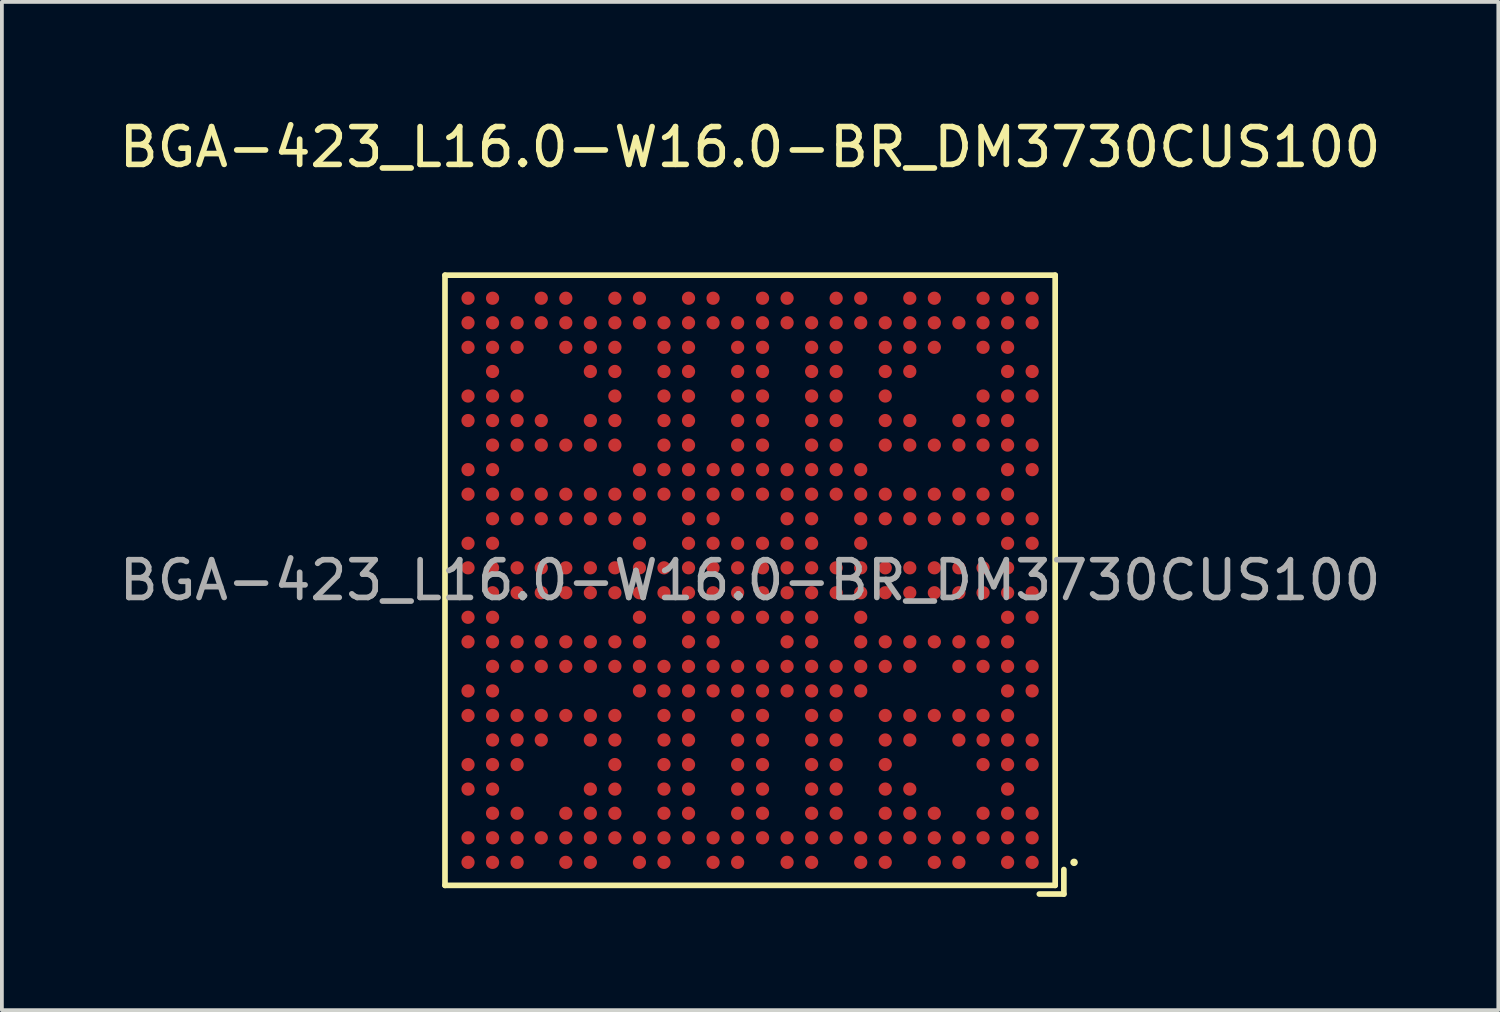
<source format=kicad_pcb>
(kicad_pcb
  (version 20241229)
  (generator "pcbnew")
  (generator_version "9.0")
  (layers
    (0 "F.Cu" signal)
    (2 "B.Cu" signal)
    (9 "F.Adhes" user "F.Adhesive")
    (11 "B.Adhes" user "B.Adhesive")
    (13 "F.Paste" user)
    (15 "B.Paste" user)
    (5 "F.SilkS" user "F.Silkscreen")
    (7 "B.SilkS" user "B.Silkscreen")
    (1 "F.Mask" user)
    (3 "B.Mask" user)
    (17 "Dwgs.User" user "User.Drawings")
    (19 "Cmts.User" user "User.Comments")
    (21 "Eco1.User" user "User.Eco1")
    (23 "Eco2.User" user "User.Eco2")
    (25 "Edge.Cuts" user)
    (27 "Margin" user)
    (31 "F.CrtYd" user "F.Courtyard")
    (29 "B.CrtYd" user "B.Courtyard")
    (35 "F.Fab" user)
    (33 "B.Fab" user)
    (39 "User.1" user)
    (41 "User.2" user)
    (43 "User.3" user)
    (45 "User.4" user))
  (footprint "BGA-423_L16.0-W16.0-BR_DM3730CUS100"
    (layer "F.Cu")
    (at 16.815 12.318)
    (property "Reference" "BGA-423_L16.0-W16.0-BR_DM3730CUS100" (at 0 -11.47 0) (layer "F.SilkS") (effects (font (size 1 1) (thickness 0.15))))
    (attr through_hole)
    (fp_line (start -8.08 -8.08) (end 8.08 -8.08) (stroke (width 0.15) (type solid)) (layer "F.SilkS"))
    (fp_line (start -8.08 8.08) (end -8.08 -8.08) (stroke (width 0.15) (type solid)) (layer "F.SilkS"))
    (fp_line (start 7.66 8.31) (end 8.31 8.31) (stroke (width 0.15) (type solid)) (layer "F.SilkS"))
    (fp_line (start 8.08 -8.08) (end 8.08 8.08) (stroke (width 0.15) (type solid)) (layer "F.SilkS"))
    (fp_line (start 8.08 8.08) (end -8.08 8.08) (stroke (width 0.15) (type solid)) (layer "F.SilkS"))
    (fp_line (start 8.31 8.31) (end 8.31 7.66) (stroke (width 0.15) (type solid)) (layer "F.SilkS"))
    (fp_circle (center 8.58 7.47) (end 8.63 7.47) (stroke (width 0.1) (type solid)) (fill no) (layer "F.SilkS"))
    (fp_text user "${REFERENCE}" (at 0 0 0) (layer "F.Fab") (effects (font (size 1 1) (thickness 0.15))))
    (pad "A1" smd circle (at 7.47 7.47 90) (size 0.35 0.35) (layers "F.Cu" "F.Mask" "F.Paste"))
    (pad "A2" smd circle (at 6.82 7.47 90) (size 0.35 0.35) (layers "F.Cu" "F.Mask" "F.Paste"))
    (pad "A4" smd circle (at 5.53 7.47 90) (size 0.35 0.35) (layers "F.Cu" "F.Mask" "F.Paste"))
    (pad "A5" smd circle (at 4.88 7.47 90) (size 0.35 0.35) (layers "F.Cu" "F.Mask" "F.Paste"))
    (pad "A7" smd circle (at 3.58 7.47 90) (size 0.35 0.35) (layers "F.Cu" "F.Mask" "F.Paste"))
    (pad "A8" smd circle (at 2.93 7.47 90) (size 0.35 0.35) (layers "F.Cu" "F.Mask" "F.Paste"))
    (pad "A10" smd circle (at 1.63 7.47 90) (size 0.35 0.35) (layers "F.Cu" "F.Mask" "F.Paste"))
    (pad "A11" smd circle (at 0.98 7.47 90) (size 0.35 0.35) (layers "F.Cu" "F.Mask" "F.Paste"))
    (pad "A13" smd circle (at -0.33 7.47 90) (size 0.35 0.35) (layers "F.Cu" "F.Mask" "F.Paste"))
    (pad "A14" smd circle (at -0.98 7.47 90) (size 0.35 0.35) (layers "F.Cu" "F.Mask" "F.Paste"))
    (pad "A16" smd circle (at -2.28 7.47 90) (size 0.35 0.35) (layers "F.Cu" "F.Mask" "F.Paste"))
    (pad "A17" smd circle (at -2.93 7.47 90) (size 0.35 0.35) (layers "F.Cu" "F.Mask" "F.Paste"))
    (pad "A19" smd circle (at -4.23 7.47 90) (size 0.35 0.35) (layers "F.Cu" "F.Mask" "F.Paste"))
    (pad "A20" smd circle (at -4.88 7.47 90) (size 0.35 0.35) (layers "F.Cu" "F.Mask" "F.Paste"))
    (pad "A22" smd circle (at -6.17 7.47 90) (size 0.35 0.35) (layers "F.Cu" "F.Mask" "F.Paste"))
    (pad "A23" smd circle (at -6.82 7.47 90) (size 0.35 0.35) (layers "F.Cu" "F.Mask" "F.Paste"))
    (pad "A24" smd circle (at -7.47 7.47 90) (size 0.35 0.35) (layers "F.Cu" "F.Mask" "F.Paste"))
    (pad "AA1" smd circle (at 7.47 -5.53 90) (size 0.35 0.35) (layers "F.Cu" "F.Mask" "F.Paste"))
    (pad "AA2" smd circle (at 6.82 -5.53 90) (size 0.35 0.35) (layers "F.Cu" "F.Mask" "F.Paste"))
    (pad "AA6" smd circle (at 4.23 -5.53 90) (size 0.35 0.35) (layers "F.Cu" "F.Mask" "F.Paste"))
    (pad "AA7" smd circle (at 3.58 -5.53 90) (size 0.35 0.35) (layers "F.Cu" "F.Mask" "F.Paste"))
    (pad "AA9" smd circle (at 2.28 -5.53 90) (size 0.35 0.35) (layers "F.Cu" "F.Mask" "F.Paste"))
    (pad "AA10" smd circle (at 1.63 -5.53 90) (size 0.35 0.35) (layers "F.Cu" "F.Mask" "F.Paste"))
    (pad "AA12" smd circle (at 0.33 -5.53 90) (size 0.35 0.35) (layers "F.Cu" "F.Mask" "F.Paste"))
    (pad "AA13" smd circle (at -0.33 -5.53 90) (size 0.35 0.35) (layers "F.Cu" "F.Mask" "F.Paste"))
    (pad "AA15" smd circle (at -1.63 -5.53 90) (size 0.35 0.35) (layers "F.Cu" "F.Mask" "F.Paste"))
    (pad "AA16" smd circle (at -2.28 -5.53 90) (size 0.35 0.35) (layers "F.Cu" "F.Mask" "F.Paste"))
    (pad "AA18" smd circle (at -3.58 -5.53 90) (size 0.35 0.35) (layers "F.Cu" "F.Mask" "F.Paste"))
    (pad "AA19" smd circle (at -4.23 -5.53 90) (size 0.35 0.35) (layers "F.Cu" "F.Mask" "F.Paste"))
    (pad "AA23" smd circle (at -6.82 -5.53 90) (size 0.35 0.35) (layers "F.Cu" "F.Mask" "F.Paste"))
    (pad "AB2" smd circle (at 6.82 -6.17 90) (size 0.35 0.35) (layers "F.Cu" "F.Mask" "F.Paste"))
    (pad "AB3" smd circle (at 6.17 -6.17 90) (size 0.35 0.35) (layers "F.Cu" "F.Mask" "F.Paste"))
    (pad "AB5" smd circle (at 4.88 -6.17 90) (size 0.35 0.35) (layers "F.Cu" "F.Mask" "F.Paste"))
    (pad "AB6" smd circle (at 4.23 -6.17 90) (size 0.35 0.35) (layers "F.Cu" "F.Mask" "F.Paste"))
    (pad "AB7" smd circle (at 3.58 -6.17 90) (size 0.35 0.35) (layers "F.Cu" "F.Mask" "F.Paste"))
    (pad "AB9" smd circle (at 2.28 -6.17 90) (size 0.35 0.35) (layers "F.Cu" "F.Mask" "F.Paste"))
    (pad "AB10" smd circle (at 1.63 -6.17 90) (size 0.35 0.35) (layers "F.Cu" "F.Mask" "F.Paste"))
    (pad "AB12" smd circle (at 0.33 -6.17 90) (size 0.35 0.35) (layers "F.Cu" "F.Mask" "F.Paste"))
    (pad "AB13" smd circle (at -0.33 -6.17 90) (size 0.35 0.35) (layers "F.Cu" "F.Mask" "F.Paste"))
    (pad "AB15" smd circle (at -1.63 -6.17 90) (size 0.35 0.35) (layers "F.Cu" "F.Mask" "F.Paste"))
    (pad "AB16" smd circle (at -2.28 -6.17 90) (size 0.35 0.35) (layers "F.Cu" "F.Mask" "F.Paste"))
    (pad "AB18" smd circle (at -3.58 -6.17 90) (size 0.35 0.35) (layers "F.Cu" "F.Mask" "F.Paste"))
    (pad "AB19" smd circle (at -4.23 -6.17 90) (size 0.35 0.35) (layers "F.Cu" "F.Mask" "F.Paste"))
    (pad "AB20" smd circle (at -4.88 -6.17 90) (size 0.35 0.35) (layers "F.Cu" "F.Mask" "F.Paste"))
    (pad "AB22" smd circle (at -6.17 -6.17 90) (size 0.35 0.35) (layers "F.Cu" "F.Mask" "F.Paste"))
    (pad "AB23" smd circle (at -6.82 -6.17 90) (size 0.35 0.35) (layers "F.Cu" "F.Mask" "F.Paste"))
    (pad "AB24" smd circle (at -7.47 -6.17 90) (size 0.35 0.35) (layers "F.Cu" "F.Mask" "F.Paste"))
    (pad "AC1" smd circle (at 7.47 -6.82 90) (size 0.35 0.35) (layers "F.Cu" "F.Mask" "F.Paste"))
    (pad "AC2" smd circle (at 6.82 -6.82 90) (size 0.35 0.35) (layers "F.Cu" "F.Mask" "F.Paste"))
    (pad "AC3" smd circle (at 6.17 -6.82 90) (size 0.35 0.35) (layers "F.Cu" "F.Mask" "F.Paste"))
    (pad "AC4" smd circle (at 5.53 -6.82 90) (size 0.35 0.35) (layers "F.Cu" "F.Mask" "F.Paste"))
    (pad "AC5" smd circle (at 4.88 -6.82 90) (size 0.35 0.35) (layers "F.Cu" "F.Mask" "F.Paste"))
    (pad "AC6" smd circle (at 4.23 -6.82 90) (size 0.35 0.35) (layers "F.Cu" "F.Mask" "F.Paste"))
    (pad "AC7" smd circle (at 3.58 -6.82 90) (size 0.35 0.35) (layers "F.Cu" "F.Mask" "F.Paste"))
    (pad "AC8" smd circle (at 2.93 -6.82 90) (size 0.35 0.35) (layers "F.Cu" "F.Mask" "F.Paste"))
    (pad "AC9" smd circle (at 2.28 -6.82 90) (size 0.35 0.35) (layers "F.Cu" "F.Mask" "F.Paste"))
    (pad "AC10" smd circle (at 1.63 -6.82 90) (size 0.35 0.35) (layers "F.Cu" "F.Mask" "F.Paste"))
    (pad "AC11" smd circle (at 0.98 -6.82 90) (size 0.35 0.35) (layers "F.Cu" "F.Mask" "F.Paste"))
    (pad "AC12" smd circle (at 0.33 -6.82 90) (size 0.35 0.35) (layers "F.Cu" "F.Mask" "F.Paste"))
    (pad "AC13" smd circle (at -0.33 -6.82 90) (size 0.35 0.35) (layers "F.Cu" "F.Mask" "F.Paste"))
    (pad "AC14" smd circle (at -0.98 -6.82 90) (size 0.35 0.35) (layers "F.Cu" "F.Mask" "F.Paste"))
    (pad "AC15" smd circle (at -1.63 -6.82 90) (size 0.35 0.35) (layers "F.Cu" "F.Mask" "F.Paste"))
    (pad "AC16" smd circle (at -2.28 -6.82 90) (size 0.35 0.35) (layers "F.Cu" "F.Mask" "F.Paste"))
    (pad "AC17" smd circle (at -2.93 -6.82 90) (size 0.35 0.35) (layers "F.Cu" "F.Mask" "F.Paste"))
    (pad "AC18" smd circle (at -3.58 -6.82 90) (size 0.35 0.35) (layers "F.Cu" "F.Mask" "F.Paste"))
    (pad "AC19" smd circle (at -4.23 -6.82 90) (size 0.35 0.35) (layers "F.Cu" "F.Mask" "F.Paste"))
    (pad "AC20" smd circle (at -4.88 -6.82 90) (size 0.35 0.35) (layers "F.Cu" "F.Mask" "F.Paste"))
    (pad "AC21" smd circle (at -5.53 -6.82 90) (size 0.35 0.35) (layers "F.Cu" "F.Mask" "F.Paste"))
    (pad "AC22" smd circle (at -6.17 -6.82 90) (size 0.35 0.35) (layers "F.Cu" "F.Mask" "F.Paste"))
    (pad "AC23" smd circle (at -6.82 -6.82 90) (size 0.35 0.35) (layers "F.Cu" "F.Mask" "F.Paste"))
    (pad "AC24" smd circle (at -7.47 -6.82 90) (size 0.35 0.35) (layers "F.Cu" "F.Mask" "F.Paste"))
    (pad "AD1" smd circle (at 7.47 -7.47 90) (size 0.35 0.35) (layers "F.Cu" "F.Mask" "F.Paste"))
    (pad "AD2" smd circle (at 6.82 -7.47 90) (size 0.35 0.35) (layers "F.Cu" "F.Mask" "F.Paste"))
    (pad "AD3" smd circle (at 6.17 -7.47 90) (size 0.35 0.35) (layers "F.Cu" "F.Mask" "F.Paste"))
    (pad "AD5" smd circle (at 4.88 -7.47 90) (size 0.35 0.35) (layers "F.Cu" "F.Mask" "F.Paste"))
    (pad "AD6" smd circle (at 4.23 -7.47 90) (size 0.35 0.35) (layers "F.Cu" "F.Mask" "F.Paste"))
    (pad "AD8" smd circle (at 2.93 -7.47 90) (size 0.35 0.35) (layers "F.Cu" "F.Mask" "F.Paste"))
    (pad "AD9" smd circle (at 2.28 -7.47 90) (size 0.35 0.35) (layers "F.Cu" "F.Mask" "F.Paste"))
    (pad "AD11" smd circle (at 0.98 -7.47 90) (size 0.35 0.35) (layers "F.Cu" "F.Mask" "F.Paste"))
    (pad "AD12" smd circle (at 0.33 -7.47 90) (size 0.35 0.35) (layers "F.Cu" "F.Mask" "F.Paste"))
    (pad "AD14" smd circle (at -0.98 -7.47 90) (size 0.35 0.35) (layers "F.Cu" "F.Mask" "F.Paste"))
    (pad "AD15" smd circle (at -1.63 -7.47 90) (size 0.35 0.35) (layers "F.Cu" "F.Mask" "F.Paste"))
    (pad "AD17" smd circle (at -2.93 -7.47 90) (size 0.35 0.35) (layers "F.Cu" "F.Mask" "F.Paste"))
    (pad "AD18" smd circle (at -3.58 -7.47 90) (size 0.35 0.35) (layers "F.Cu" "F.Mask" "F.Paste"))
    (pad "AD20" smd circle (at -4.88 -7.47 90) (size 0.35 0.35) (layers "F.Cu" "F.Mask" "F.Paste"))
    (pad "AD21" smd circle (at -5.53 -7.47 90) (size 0.35 0.35) (layers "F.Cu" "F.Mask" "F.Paste"))
    (pad "AD23" smd circle (at -6.82 -7.47 90) (size 0.35 0.35) (layers "F.Cu" "F.Mask" "F.Paste"))
    (pad "AD24" smd circle (at -7.47 -7.47 90) (size 0.35 0.35) (layers "F.Cu" "F.Mask" "F.Paste"))
    (pad "B1" smd circle (at 7.47 6.82 90) (size 0.35 0.35) (layers "F.Cu" "F.Mask" "F.Paste"))
    (pad "B2" smd circle (at 6.82 6.82 90) (size 0.35 0.35) (layers "F.Cu" "F.Mask" "F.Paste"))
    (pad "B3" smd circle (at 6.17 6.82 90) (size 0.35 0.35) (layers "F.Cu" "F.Mask" "F.Paste"))
    (pad "B4" smd circle (at 5.53 6.82 90) (size 0.35 0.35) (layers "F.Cu" "F.Mask" "F.Paste"))
    (pad "B5" smd circle (at 4.88 6.82 90) (size 0.35 0.35) (layers "F.Cu" "F.Mask" "F.Paste"))
    (pad "B6" smd circle (at 4.23 6.82 90) (size 0.35 0.35) (layers "F.Cu" "F.Mask" "F.Paste"))
    (pad "B7" smd circle (at 3.58 6.82 90) (size 0.35 0.35) (layers "F.Cu" "F.Mask" "F.Paste"))
    (pad "B8" smd circle (at 2.93 6.82 90) (size 0.35 0.35) (layers "F.Cu" "F.Mask" "F.Paste"))
    (pad "B9" smd circle (at 2.28 6.82 90) (size 0.35 0.35) (layers "F.Cu" "F.Mask" "F.Paste"))
    (pad "B10" smd circle (at 1.63 6.82 90) (size 0.35 0.35) (layers "F.Cu" "F.Mask" "F.Paste"))
    (pad "B11" smd circle (at 0.98 6.82 90) (size 0.35 0.35) (layers "F.Cu" "F.Mask" "F.Paste"))
    (pad "B12" smd circle (at 0.33 6.82 90) (size 0.35 0.35) (layers "F.Cu" "F.Mask" "F.Paste"))
    (pad "B13" smd circle (at -0.33 6.82 90) (size 0.35 0.35) (layers "F.Cu" "F.Mask" "F.Paste"))
    (pad "B14" smd circle (at -0.98 6.82 90) (size 0.35 0.35) (layers "F.Cu" "F.Mask" "F.Paste"))
    (pad "B15" smd circle (at -1.63 6.82 90) (size 0.35 0.35) (layers "F.Cu" "F.Mask" "F.Paste"))
    (pad "B16" smd circle (at -2.28 6.82 90) (size 0.35 0.35) (layers "F.Cu" "F.Mask" "F.Paste"))
    (pad "B17" smd circle (at -2.93 6.82 90) (size 0.35 0.35) (layers "F.Cu" "F.Mask" "F.Paste"))
    (pad "B18" smd circle (at -3.58 6.82 90) (size 0.35 0.35) (layers "F.Cu" "F.Mask" "F.Paste"))
    (pad "B19" smd circle (at -4.23 6.82 90) (size 0.35 0.35) (layers "F.Cu" "F.Mask" "F.Paste"))
    (pad "B20" smd circle (at -4.88 6.82 90) (size 0.35 0.35) (layers "F.Cu" "F.Mask" "F.Paste"))
    (pad "B21" smd circle (at -5.53 6.82 90) (size 0.35 0.35) (layers "F.Cu" "F.Mask" "F.Paste"))
    (pad "B22" smd circle (at -6.17 6.82 90) (size 0.35 0.35) (layers "F.Cu" "F.Mask" "F.Paste"))
    (pad "B23" smd circle (at -6.82 6.82 90) (size 0.35 0.35) (layers "F.Cu" "F.Mask" "F.Paste"))
    (pad "B24" smd circle (at -7.47 6.82 90) (size 0.35 0.35) (layers "F.Cu" "F.Mask" "F.Paste"))
    (pad "C1" smd circle (at 7.47 6.17 90) (size 0.35 0.35) (layers "F.Cu" "F.Mask" "F.Paste"))
    (pad "C2" smd circle (at 6.82 6.17 90) (size 0.35 0.35) (layers "F.Cu" "F.Mask" "F.Paste"))
    (pad "C3" smd circle (at 6.17 6.17 90) (size 0.35 0.35) (layers "F.Cu" "F.Mask" "F.Paste"))
    (pad "C5" smd circle (at 4.88 6.17 90) (size 0.35 0.35) (layers "F.Cu" "F.Mask" "F.Paste"))
    (pad "C6" smd circle (at 4.23 6.17 90) (size 0.35 0.35) (layers "F.Cu" "F.Mask" "F.Paste"))
    (pad "C7" smd circle (at 3.58 6.17 90) (size 0.35 0.35) (layers "F.Cu" "F.Mask" "F.Paste"))
    (pad "C9" smd circle (at 2.28 6.17 90) (size 0.35 0.35) (layers "F.Cu" "F.Mask" "F.Paste"))
    (pad "C10" smd circle (at 1.63 6.17 90) (size 0.35 0.35) (layers "F.Cu" "F.Mask" "F.Paste"))
    (pad "C12" smd circle (at 0.33 6.17 90) (size 0.35 0.35) (layers "F.Cu" "F.Mask" "F.Paste"))
    (pad "C13" smd circle (at -0.33 6.17 90) (size 0.35 0.35) (layers "F.Cu" "F.Mask" "F.Paste"))
    (pad "C15" smd circle (at -1.63 6.17 90) (size 0.35 0.35) (layers "F.Cu" "F.Mask" "F.Paste"))
    (pad "C16" smd circle (at -2.28 6.17 90) (size 0.35 0.35) (layers "F.Cu" "F.Mask" "F.Paste"))
    (pad "C18" smd circle (at -3.58 6.17 90) (size 0.35 0.35) (layers "F.Cu" "F.Mask" "F.Paste"))
    (pad "C19" smd circle (at -4.23 6.17 90) (size 0.35 0.35) (layers "F.Cu" "F.Mask" "F.Paste"))
    (pad "C20" smd circle (at -4.88 6.17 90) (size 0.35 0.35) (layers "F.Cu" "F.Mask" "F.Paste"))
    (pad "C22" smd circle (at -6.17 6.17 90) (size 0.35 0.35) (layers "F.Cu" "F.Mask" "F.Paste"))
    (pad "C23" smd circle (at -6.82 6.17 90) (size 0.35 0.35) (layers "F.Cu" "F.Mask" "F.Paste"))
    (pad "D2" smd circle (at 6.82 5.53 90) (size 0.35 0.35) (layers "F.Cu" "F.Mask" "F.Paste"))
    (pad "D6" smd circle (at 4.23 5.53 90) (size 0.35 0.35) (layers "F.Cu" "F.Mask" "F.Paste"))
    (pad "D7" smd circle (at 3.58 5.53 90) (size 0.35 0.35) (layers "F.Cu" "F.Mask" "F.Paste"))
    (pad "D9" smd circle (at 2.28 5.53 90) (size 0.35 0.35) (layers "F.Cu" "F.Mask" "F.Paste"))
    (pad "D10" smd circle (at 1.63 5.53 90) (size 0.35 0.35) (layers "F.Cu" "F.Mask" "F.Paste"))
    (pad "D12" smd circle (at 0.33 5.53 90) (size 0.35 0.35) (layers "F.Cu" "F.Mask" "F.Paste"))
    (pad "D13" smd circle (at -0.33 5.53 90) (size 0.35 0.35) (layers "F.Cu" "F.Mask" "F.Paste"))
    (pad "D15" smd circle (at -1.63 5.53 90) (size 0.35 0.35) (layers "F.Cu" "F.Mask" "F.Paste"))
    (pad "D16" smd circle (at -2.28 5.53 90) (size 0.35 0.35) (layers "F.Cu" "F.Mask" "F.Paste"))
    (pad "D18" smd circle (at -3.58 5.53 90) (size 0.35 0.35) (layers "F.Cu" "F.Mask" "F.Paste"))
    (pad "D19" smd circle (at -4.23 5.53 90) (size 0.35 0.35) (layers "F.Cu" "F.Mask" "F.Paste"))
    (pad "D23" smd circle (at -6.82 5.53 90) (size 0.35 0.35) (layers "F.Cu" "F.Mask" "F.Paste"))
    (pad "D24" smd circle (at -7.47 5.53 90) (size 0.35 0.35) (layers "F.Cu" "F.Mask" "F.Paste"))
    (pad "E1" smd circle (at 7.47 4.88 90) (size 0.35 0.35) (layers "F.Cu" "F.Mask" "F.Paste"))
    (pad "E2" smd circle (at 6.82 4.88 90) (size 0.35 0.35) (layers "F.Cu" "F.Mask" "F.Paste"))
    (pad "E3" smd circle (at 6.17 4.88 90) (size 0.35 0.35) (layers "F.Cu" "F.Mask" "F.Paste"))
    (pad "E7" smd circle (at 3.58 4.88 90) (size 0.35 0.35) (layers "F.Cu" "F.Mask" "F.Paste"))
    (pad "E9" smd circle (at 2.28 4.88 90) (size 0.35 0.35) (layers "F.Cu" "F.Mask" "F.Paste"))
    (pad "E10" smd circle (at 1.63 4.88 90) (size 0.35 0.35) (layers "F.Cu" "F.Mask" "F.Paste"))
    (pad "E12" smd circle (at 0.33 4.88 90) (size 0.35 0.35) (layers "F.Cu" "F.Mask" "F.Paste"))
    (pad "E13" smd circle (at -0.33 4.88 90) (size 0.35 0.35) (layers "F.Cu" "F.Mask" "F.Paste"))
    (pad "E15" smd circle (at -1.63 4.88 90) (size 0.35 0.35) (layers "F.Cu" "F.Mask" "F.Paste"))
    (pad "E16" smd circle (at -2.28 4.88 90) (size 0.35 0.35) (layers "F.Cu" "F.Mask" "F.Paste"))
    (pad "E18" smd circle (at -3.58 4.88 90) (size 0.35 0.35) (layers "F.Cu" "F.Mask" "F.Paste"))
    (pad "E22" smd circle (at -6.17 4.88 90) (size 0.35 0.35) (layers "F.Cu" "F.Mask" "F.Paste"))
    (pad "E23" smd circle (at -6.82 4.88 90) (size 0.35 0.35) (layers "F.Cu" "F.Mask" "F.Paste"))
    (pad "E24" smd circle (at -7.47 4.88 90) (size 0.35 0.35) (layers "F.Cu" "F.Mask" "F.Paste"))
    (pad "F1" smd circle (at 7.47 4.23 90) (size 0.35 0.35) (layers "F.Cu" "F.Mask" "F.Paste"))
    (pad "F2" smd circle (at 6.82 4.23 90) (size 0.35 0.35) (layers "F.Cu" "F.Mask" "F.Paste"))
    (pad "F3" smd circle (at 6.17 4.23 90) (size 0.35 0.35) (layers "F.Cu" "F.Mask" "F.Paste"))
    (pad "F4" smd circle (at 5.53 4.23 90) (size 0.35 0.35) (layers "F.Cu" "F.Mask" "F.Paste"))
    (pad "F6" smd circle (at 4.23 4.23 90) (size 0.35 0.35) (layers "F.Cu" "F.Mask" "F.Paste"))
    (pad "F7" smd circle (at 3.58 4.23 90) (size 0.35 0.35) (layers "F.Cu" "F.Mask" "F.Paste"))
    (pad "F9" smd circle (at 2.28 4.23 90) (size 0.35 0.35) (layers "F.Cu" "F.Mask" "F.Paste"))
    (pad "F10" smd circle (at 1.63 4.23 90) (size 0.35 0.35) (layers "F.Cu" "F.Mask" "F.Paste"))
    (pad "F12" smd circle (at 0.33 4.23 90) (size 0.35 0.35) (layers "F.Cu" "F.Mask" "F.Paste"))
    (pad "F13" smd circle (at -0.33 4.23 90) (size 0.35 0.35) (layers "F.Cu" "F.Mask" "F.Paste"))
    (pad "F15" smd circle (at -1.63 4.23 90) (size 0.35 0.35) (layers "F.Cu" "F.Mask" "F.Paste"))
    (pad "F16" smd circle (at -2.28 4.23 90) (size 0.35 0.35) (layers "F.Cu" "F.Mask" "F.Paste"))
    (pad "F18" smd circle (at -3.58 4.23 90) (size 0.35 0.35) (layers "F.Cu" "F.Mask" "F.Paste"))
    (pad "F19" smd circle (at -4.23 4.23 90) (size 0.35 0.35) (layers "F.Cu" "F.Mask" "F.Paste"))
    (pad "F21" smd circle (at -5.53 4.23 90) (size 0.35 0.35) (layers "F.Cu" "F.Mask" "F.Paste"))
    (pad "F22" smd circle (at -6.17 4.23 90) (size 0.35 0.35) (layers "F.Cu" "F.Mask" "F.Paste"))
    (pad "F23" smd circle (at -6.82 4.23 90) (size 0.35 0.35) (layers "F.Cu" "F.Mask" "F.Paste"))
    (pad "G2" smd circle (at 6.82 3.58 90) (size 0.35 0.35) (layers "F.Cu" "F.Mask" "F.Paste"))
    (pad "G3" smd circle (at 6.17 3.58 90) (size 0.35 0.35) (layers "F.Cu" "F.Mask" "F.Paste"))
    (pad "G4" smd circle (at 5.53 3.58 90) (size 0.35 0.35) (layers "F.Cu" "F.Mask" "F.Paste"))
    (pad "G5" smd circle (at 4.88 3.58 90) (size 0.35 0.35) (layers "F.Cu" "F.Mask" "F.Paste"))
    (pad "G6" smd circle (at 4.23 3.58 90) (size 0.35 0.35) (layers "F.Cu" "F.Mask" "F.Paste"))
    (pad "G7" smd circle (at 3.58 3.58 90) (size 0.35 0.35) (layers "F.Cu" "F.Mask" "F.Paste"))
    (pad "G9" smd circle (at 2.28 3.58 90) (size 0.35 0.35) (layers "F.Cu" "F.Mask" "F.Paste"))
    (pad "G10" smd circle (at 1.63 3.58 90) (size 0.35 0.35) (layers "F.Cu" "F.Mask" "F.Paste"))
    (pad "G12" smd circle (at 0.33 3.58 90) (size 0.35 0.35) (layers "F.Cu" "F.Mask" "F.Paste"))
    (pad "G13" smd circle (at -0.33 3.58 90) (size 0.35 0.35) (layers "F.Cu" "F.Mask" "F.Paste"))
    (pad "G15" smd circle (at -1.63 3.58 90) (size 0.35 0.35) (layers "F.Cu" "F.Mask" "F.Paste"))
    (pad "G16" smd circle (at -2.28 3.58 90) (size 0.35 0.35) (layers "F.Cu" "F.Mask" "F.Paste"))
    (pad "G18" smd circle (at -3.58 3.58 90) (size 0.35 0.35) (layers "F.Cu" "F.Mask" "F.Paste"))
    (pad "G19" smd circle (at -4.23 3.58 90) (size 0.35 0.35) (layers "F.Cu" "F.Mask" "F.Paste"))
    (pad "G20" smd circle (at -4.88 3.58 90) (size 0.35 0.35) (layers "F.Cu" "F.Mask" "F.Paste"))
    (pad "G21" smd circle (at -5.53 3.58 90) (size 0.35 0.35) (layers "F.Cu" "F.Mask" "F.Paste"))
    (pad "G22" smd circle (at -6.17 3.58 90) (size 0.35 0.35) (layers "F.Cu" "F.Mask" "F.Paste"))
    (pad "G23" smd circle (at -6.82 3.58 90) (size 0.35 0.35) (layers "F.Cu" "F.Mask" "F.Paste"))
    (pad "G24" smd circle (at -7.47 3.58 90) (size 0.35 0.35) (layers "F.Cu" "F.Mask" "F.Paste"))
    (pad "H1" smd circle (at 7.47 2.93 90) (size 0.35 0.35) (layers "F.Cu" "F.Mask" "F.Paste"))
    (pad "H2" smd circle (at 6.82 2.93 90) (size 0.35 0.35) (layers "F.Cu" "F.Mask" "F.Paste"))
    (pad "H8" smd circle (at 2.93 2.93 90) (size 0.35 0.35) (layers "F.Cu" "F.Mask" "F.Paste"))
    (pad "H9" smd circle (at 2.28 2.93 90) (size 0.35 0.35) (layers "F.Cu" "F.Mask" "F.Paste"))
    (pad "H10" smd circle (at 1.63 2.93 90) (size 0.35 0.35) (layers "F.Cu" "F.Mask" "F.Paste"))
    (pad "H11" smd circle (at 0.98 2.93 90) (size 0.35 0.35) (layers "F.Cu" "F.Mask" "F.Paste"))
    (pad "H12" smd circle (at 0.33 2.93 90) (size 0.35 0.35) (layers "F.Cu" "F.Mask" "F.Paste"))
    (pad "H13" smd circle (at -0.33 2.93 90) (size 0.35 0.35) (layers "F.Cu" "F.Mask" "F.Paste"))
    (pad "H14" smd circle (at -0.98 2.93 90) (size 0.35 0.35) (layers "F.Cu" "F.Mask" "F.Paste"))
    (pad "H15" smd circle (at -1.63 2.93 90) (size 0.35 0.35) (layers "F.Cu" "F.Mask" "F.Paste"))
    (pad "H16" smd circle (at -2.28 2.93 90) (size 0.35 0.35) (layers "F.Cu" "F.Mask" "F.Paste"))
    (pad "H17" smd circle (at -2.93 2.93 90) (size 0.35 0.35) (layers "F.Cu" "F.Mask" "F.Paste"))
    (pad "H23" smd circle (at -6.82 2.93 90) (size 0.35 0.35) (layers "F.Cu" "F.Mask" "F.Paste"))
    (pad "H24" smd circle (at -7.47 2.93 90) (size 0.35 0.35) (layers "F.Cu" "F.Mask" "F.Paste"))
    (pad "J1" smd circle (at 7.47 2.28 90) (size 0.35 0.35) (layers "F.Cu" "F.Mask" "F.Paste"))
    (pad "J2" smd circle (at 6.82 2.28 90) (size 0.35 0.35) (layers "F.Cu" "F.Mask" "F.Paste"))
    (pad "J3" smd circle (at 6.17 2.28 90) (size 0.35 0.35) (layers "F.Cu" "F.Mask" "F.Paste"))
    (pad "J4" smd circle (at 5.53 2.28 90) (size 0.35 0.35) (layers "F.Cu" "F.Mask" "F.Paste"))
    (pad "J6" smd circle (at 4.23 2.28 90) (size 0.35 0.35) (layers "F.Cu" "F.Mask" "F.Paste"))
    (pad "J7" smd circle (at 3.58 2.28 90) (size 0.35 0.35) (layers "F.Cu" "F.Mask" "F.Paste"))
    (pad "J8" smd circle (at 2.93 2.28 90) (size 0.35 0.35) (layers "F.Cu" "F.Mask" "F.Paste"))
    (pad "J9" smd circle (at 2.28 2.28 90) (size 0.35 0.35) (layers "F.Cu" "F.Mask" "F.Paste"))
    (pad "J10" smd circle (at 1.63 2.28 90) (size 0.35 0.35) (layers "F.Cu" "F.Mask" "F.Paste"))
    (pad "J11" smd circle (at 0.98 2.28 90) (size 0.35 0.35) (layers "F.Cu" "F.Mask" "F.Paste"))
    (pad "J12" smd circle (at 0.33 2.28 90) (size 0.35 0.35) (layers "F.Cu" "F.Mask" "F.Paste"))
    (pad "J13" smd circle (at -0.33 2.28 90) (size 0.35 0.35) (layers "F.Cu" "F.Mask" "F.Paste"))
    (pad "J14" smd circle (at -0.98 2.28 90) (size 0.35 0.35) (layers "F.Cu" "F.Mask" "F.Paste"))
    (pad "J15" smd circle (at -1.63 2.28 90) (size 0.35 0.35) (layers "F.Cu" "F.Mask" "F.Paste"))
    (pad "J16" smd circle (at -2.28 2.28 90) (size 0.35 0.35) (layers "F.Cu" "F.Mask" "F.Paste"))
    (pad "J17" smd circle (at -2.93 2.28 90) (size 0.35 0.35) (layers "F.Cu" "F.Mask" "F.Paste"))
    (pad "J18" smd circle (at -3.58 2.28 90) (size 0.35 0.35) (layers "F.Cu" "F.Mask" "F.Paste"))
    (pad "J19" smd circle (at -4.23 2.28 90) (size 0.35 0.35) (layers "F.Cu" "F.Mask" "F.Paste"))
    (pad "J20" smd circle (at -4.88 2.28 90) (size 0.35 0.35) (layers "F.Cu" "F.Mask" "F.Paste"))
    (pad "J21" smd circle (at -5.53 2.28 90) (size 0.35 0.35) (layers "F.Cu" "F.Mask" "F.Paste"))
    (pad "J22" smd circle (at -6.17 2.28 90) (size 0.35 0.35) (layers "F.Cu" "F.Mask" "F.Paste"))
    (pad "J23" smd circle (at -6.82 2.28 90) (size 0.35 0.35) (layers "F.Cu" "F.Mask" "F.Paste"))
    (pad "K2" smd circle (at 6.82 1.63 90) (size 0.35 0.35) (layers "F.Cu" "F.Mask" "F.Paste"))
    (pad "K3" smd circle (at 6.17 1.63 90) (size 0.35 0.35) (layers "F.Cu" "F.Mask" "F.Paste"))
    (pad "K4" smd circle (at 5.53 1.63 90) (size 0.35 0.35) (layers "F.Cu" "F.Mask" "F.Paste"))
    (pad "K5" smd circle (at 4.88 1.63 90) (size 0.35 0.35) (layers "F.Cu" "F.Mask" "F.Paste"))
    (pad "K6" smd circle (at 4.23 1.63 90) (size 0.35 0.35) (layers "F.Cu" "F.Mask" "F.Paste"))
    (pad "K7" smd circle (at 3.58 1.63 90) (size 0.35 0.35) (layers "F.Cu" "F.Mask" "F.Paste"))
    (pad "K8" smd circle (at 2.93 1.63 90) (size 0.35 0.35) (layers "F.Cu" "F.Mask" "F.Paste"))
    (pad "K10" smd circle (at 1.63 1.63 90) (size 0.35 0.35) (layers "F.Cu" "F.Mask" "F.Paste"))
    (pad "K11" smd circle (at 0.98 1.63 90) (size 0.35 0.35) (layers "F.Cu" "F.Mask" "F.Paste"))
    (pad "K14" smd circle (at -0.98 1.63 90) (size 0.35 0.35) (layers "F.Cu" "F.Mask" "F.Paste"))
    (pad "K15" smd circle (at -1.63 1.63 90) (size 0.35 0.35) (layers "F.Cu" "F.Mask" "F.Paste"))
    (pad "K17" smd circle (at -2.93 1.63 90) (size 0.35 0.35) (layers "F.Cu" "F.Mask" "F.Paste"))
    (pad "K18" smd circle (at -3.58 1.63 90) (size 0.35 0.35) (layers "F.Cu" "F.Mask" "F.Paste"))
    (pad "K19" smd circle (at -4.23 1.63 90) (size 0.35 0.35) (layers "F.Cu" "F.Mask" "F.Paste"))
    (pad "K20" smd circle (at -4.88 1.63 90) (size 0.35 0.35) (layers "F.Cu" "F.Mask" "F.Paste"))
    (pad "K21" smd circle (at -5.53 1.63 90) (size 0.35 0.35) (layers "F.Cu" "F.Mask" "F.Paste"))
    (pad "K22" smd circle (at -6.17 1.63 90) (size 0.35 0.35) (layers "F.Cu" "F.Mask" "F.Paste"))
    (pad "K23" smd circle (at -6.82 1.63 90) (size 0.35 0.35) (layers "F.Cu" "F.Mask" "F.Paste"))
    (pad "K24" smd circle (at -7.47 1.63 90) (size 0.35 0.35) (layers "F.Cu" "F.Mask" "F.Paste"))
    (pad "L1" smd circle (at 7.47 0.98 90) (size 0.35 0.35) (layers "F.Cu" "F.Mask" "F.Paste"))
    (pad "L2" smd circle (at 6.82 0.98 90) (size 0.35 0.35) (layers "F.Cu" "F.Mask" "F.Paste"))
    (pad "L8" smd circle (at 2.93 0.98 90) (size 0.35 0.35) (layers "F.Cu" "F.Mask" "F.Paste"))
    (pad "L10" smd circle (at 1.63 0.98 90) (size 0.35 0.35) (layers "F.Cu" "F.Mask" "F.Paste"))
    (pad "L11" smd circle (at 0.98 0.98 90) (size 0.35 0.35) (layers "F.Cu" "F.Mask" "F.Paste"))
    (pad "L12" smd circle (at 0.33 0.98 90) (size 0.35 0.35) (layers "F.Cu" "F.Mask" "F.Paste"))
    (pad "L13" smd circle (at -0.33 0.98 90) (size 0.35 0.35) (layers "F.Cu" "F.Mask" "F.Paste"))
    (pad "L14" smd circle (at -0.98 0.98 90) (size 0.35 0.35) (layers "F.Cu" "F.Mask" "F.Paste"))
    (pad "L15" smd circle (at -1.63 0.98 90) (size 0.35 0.35) (layers "F.Cu" "F.Mask" "F.Paste"))
    (pad "L17" smd circle (at -2.93 0.98 90) (size 0.35 0.35) (layers "F.Cu" "F.Mask" "F.Paste"))
    (pad "L23" smd circle (at -6.82 0.98 90) (size 0.35 0.35) (layers "F.Cu" "F.Mask" "F.Paste"))
    (pad "L24" smd circle (at -7.47 0.98 90) (size 0.35 0.35) (layers "F.Cu" "F.Mask" "F.Paste"))
    (pad "M1" smd circle (at 7.47 0.33 90) (size 0.35 0.35) (layers "F.Cu" "F.Mask" "F.Paste"))
    (pad "M2" smd circle (at 6.82 0.33 90) (size 0.35 0.35) (layers "F.Cu" "F.Mask" "F.Paste"))
    (pad "M3" smd circle (at 6.17 0.33 90) (size 0.35 0.35) (layers "F.Cu" "F.Mask" "F.Paste"))
    (pad "M4" smd circle (at 5.53 0.33 90) (size 0.35 0.35) (layers "F.Cu" "F.Mask" "F.Paste"))
    (pad "M5" smd circle (at 4.88 0.33 90) (size 0.35 0.35) (layers "F.Cu" "F.Mask" "F.Paste"))
    (pad "M6" smd circle (at 4.23 0.33 90) (size 0.35 0.35) (layers "F.Cu" "F.Mask" "F.Paste"))
    (pad "M7" smd circle (at 3.58 0.33 90) (size 0.35 0.35) (layers "F.Cu" "F.Mask" "F.Paste"))
    (pad "M8" smd circle (at 2.93 0.33 90) (size 0.35 0.35) (layers "F.Cu" "F.Mask" "F.Paste"))
    (pad "M9" smd circle (at 2.28 0.33 90) (size 0.35 0.35) (layers "F.Cu" "F.Mask" "F.Paste"))
    (pad "M10" smd circle (at 1.63 0.33 90) (size 0.35 0.35) (layers "F.Cu" "F.Mask" "F.Paste"))
    (pad "M11" smd circle (at 0.98 0.33 90) (size 0.35 0.35) (layers "F.Cu" "F.Mask" "F.Paste"))
    (pad "M12" smd circle (at 0.33 0.33 90) (size 0.35 0.35) (layers "F.Cu" "F.Mask" "F.Paste"))
    (pad "M13" smd circle (at -0.33 0.33 90) (size 0.35 0.35) (layers "F.Cu" "F.Mask" "F.Paste"))
    (pad "M14" smd circle (at -0.98 0.33 90) (size 0.35 0.35) (layers "F.Cu" "F.Mask" "F.Paste"))
    (pad "M15" smd circle (at -1.63 0.33 90) (size 0.35 0.35) (layers "F.Cu" "F.Mask" "F.Paste"))
    (pad "M16" smd circle (at -2.28 0.33 90) (size 0.35 0.35) (layers "F.Cu" "F.Mask" "F.Paste"))
    (pad "M17" smd circle (at -2.93 0.33 90) (size 0.35 0.35) (layers "F.Cu" "F.Mask" "F.Paste"))
    (pad "M18" smd circle (at -3.58 0.33 90) (size 0.35 0.35) (layers "F.Cu" "F.Mask" "F.Paste"))
    (pad "M19" smd circle (at -4.23 0.33 90) (size 0.35 0.35) (layers "F.Cu" "F.Mask" "F.Paste"))
    (pad "M20" smd circle (at -4.88 0.33 90) (size 0.35 0.35) (layers "F.Cu" "F.Mask" "F.Paste"))
    (pad "M21" smd circle (at -5.53 0.33 90) (size 0.35 0.35) (layers "F.Cu" "F.Mask" "F.Paste"))
    (pad "M22" smd circle (at -6.17 0.33 90) (size 0.35 0.35) (layers "F.Cu" "F.Mask" "F.Paste"))
    (pad "M23" smd circle (at -6.82 0.33 90) (size 0.35 0.35) (layers "F.Cu" "F.Mask" "F.Paste"))
    (pad "N2" smd circle (at 6.82 -0.33 90) (size 0.35 0.35) (layers "F.Cu" "F.Mask" "F.Paste"))
    (pad "N3" smd circle (at 6.17 -0.33 90) (size 0.35 0.35) (layers "F.Cu" "F.Mask" "F.Paste"))
    (pad "N4" smd circle (at 5.53 -0.33 90) (size 0.35 0.35) (layers "F.Cu" "F.Mask" "F.Paste"))
    (pad "N5" smd circle (at 4.88 -0.33 90) (size 0.35 0.35) (layers "F.Cu" "F.Mask" "F.Paste"))
    (pad "N6" smd circle (at 4.23 -0.33 90) (size 0.35 0.35) (layers "F.Cu" "F.Mask" "F.Paste"))
    (pad "N7" smd circle (at 3.58 -0.33 90) (size 0.35 0.35) (layers "F.Cu" "F.Mask" "F.Paste"))
    (pad "N8" smd circle (at 2.93 -0.33 90) (size 0.35 0.35) (layers "F.Cu" "F.Mask" "F.Paste"))
    (pad "N9" smd circle (at 2.28 -0.33 90) (size 0.35 0.35) (layers "F.Cu" "F.Mask" "F.Paste"))
    (pad "N10" smd circle (at 1.63 -0.33 90) (size 0.35 0.35) (layers "F.Cu" "F.Mask" "F.Paste"))
    (pad "N11" smd circle (at 0.98 -0.33 90) (size 0.35 0.35) (layers "F.Cu" "F.Mask" "F.Paste"))
    (pad "N12" smd circle (at 0.33 -0.33 90) (size 0.35 0.35) (layers "F.Cu" "F.Mask" "F.Paste"))
    (pad "N13" smd circle (at -0.33 -0.33 90) (size 0.35 0.35) (layers "F.Cu" "F.Mask" "F.Paste"))
    (pad "N14" smd circle (at -0.98 -0.33 90) (size 0.35 0.35) (layers "F.Cu" "F.Mask" "F.Paste"))
    (pad "N15" smd circle (at -1.63 -0.33 90) (size 0.35 0.35) (layers "F.Cu" "F.Mask" "F.Paste"))
    (pad "N16" smd circle (at -2.28 -0.33 90) (size 0.35 0.35) (layers "F.Cu" "F.Mask" "F.Paste"))
    (pad "N17" smd circle (at -2.93 -0.33 90) (size 0.35 0.35) (layers "F.Cu" "F.Mask" "F.Paste"))
    (pad "N18" smd circle (at -3.58 -0.33 90) (size 0.35 0.35) (layers "F.Cu" "F.Mask" "F.Paste"))
    (pad "N19" smd circle (at -4.23 -0.33 90) (size 0.35 0.35) (layers "F.Cu" "F.Mask" "F.Paste"))
    (pad "N20" smd circle (at -4.88 -0.33 90) (size 0.35 0.35) (layers "F.Cu" "F.Mask" "F.Paste"))
    (pad "N21" smd circle (at -5.53 -0.33 90) (size 0.35 0.35) (layers "F.Cu" "F.Mask" "F.Paste"))
    (pad "N22" smd circle (at -6.17 -0.33 90) (size 0.35 0.35) (layers "F.Cu" "F.Mask" "F.Paste"))
    (pad "N23" smd circle (at -6.82 -0.33 90) (size 0.35 0.35) (layers "F.Cu" "F.Mask" "F.Paste"))
    (pad "N24" smd circle (at -7.47 -0.33 90) (size 0.35 0.35) (layers "F.Cu" "F.Mask" "F.Paste"))
    (pad "P1" smd circle (at 7.47 -0.98 90) (size 0.35 0.35) (layers "F.Cu" "F.Mask" "F.Paste"))
    (pad "P2" smd circle (at 6.82 -0.98 90) (size 0.35 0.35) (layers "F.Cu" "F.Mask" "F.Paste"))
    (pad "P8" smd circle (at 2.93 -0.98 90) (size 0.35 0.35) (layers "F.Cu" "F.Mask" "F.Paste"))
    (pad "P10" smd circle (at 1.63 -0.98 90) (size 0.35 0.35) (layers "F.Cu" "F.Mask" "F.Paste"))
    (pad "P11" smd circle (at 0.98 -0.98 90) (size 0.35 0.35) (layers "F.Cu" "F.Mask" "F.Paste"))
    (pad "P12" smd circle (at 0.33 -0.98 90) (size 0.35 0.35) (layers "F.Cu" "F.Mask" "F.Paste"))
    (pad "P13" smd circle (at -0.33 -0.98 90) (size 0.35 0.35) (layers "F.Cu" "F.Mask" "F.Paste"))
    (pad "P14" smd circle (at -0.98 -0.98 90) (size 0.35 0.35) (layers "F.Cu" "F.Mask" "F.Paste"))
    (pad "P15" smd circle (at -1.63 -0.98 90) (size 0.35 0.35) (layers "F.Cu" "F.Mask" "F.Paste"))
    (pad "P17" smd circle (at -2.93 -0.98 90) (size 0.35 0.35) (layers "F.Cu" "F.Mask" "F.Paste"))
    (pad "P23" smd circle (at -6.82 -0.98 90) (size 0.35 0.35) (layers "F.Cu" "F.Mask" "F.Paste"))
    (pad "P24" smd circle (at -7.47 -0.98 90) (size 0.35 0.35) (layers "F.Cu" "F.Mask" "F.Paste"))
    (pad "R1" smd circle (at 7.47 -1.63 90) (size 0.35 0.35) (layers "F.Cu" "F.Mask" "F.Paste"))
    (pad "R2" smd circle (at 6.82 -1.63 90) (size 0.35 0.35) (layers "F.Cu" "F.Mask" "F.Paste"))
    (pad "R3" smd circle (at 6.17 -1.63 90) (size 0.35 0.35) (layers "F.Cu" "F.Mask" "F.Paste"))
    (pad "R4" smd circle (at 5.53 -1.63 90) (size 0.35 0.35) (layers "F.Cu" "F.Mask" "F.Paste"))
    (pad "R5" smd circle (at 4.88 -1.63 90) (size 0.35 0.35) (layers "F.Cu" "F.Mask" "F.Paste"))
    (pad "R6" smd circle (at 4.23 -1.63 90) (size 0.35 0.35) (layers "F.Cu" "F.Mask" "F.Paste"))
    (pad "R7" smd circle (at 3.58 -1.63 90) (size 0.35 0.35) (layers "F.Cu" "F.Mask" "F.Paste"))
    (pad "R8" smd circle (at 2.93 -1.63 90) (size 0.35 0.35) (layers "F.Cu" "F.Mask" "F.Paste"))
    (pad "R10" smd circle (at 1.63 -1.63 90) (size 0.35 0.35) (layers "F.Cu" "F.Mask" "F.Paste"))
    (pad "R11" smd circle (at 0.98 -1.63 90) (size 0.35 0.35) (layers "F.Cu" "F.Mask" "F.Paste"))
    (pad "R14" smd circle (at -0.98 -1.63 90) (size 0.35 0.35) (layers "F.Cu" "F.Mask" "F.Paste"))
    (pad "R15" smd circle (at -1.63 -1.63 90) (size 0.35 0.35) (layers "F.Cu" "F.Mask" "F.Paste"))
    (pad "R17" smd circle (at -2.93 -1.63 90) (size 0.35 0.35) (layers "F.Cu" "F.Mask" "F.Paste"))
    (pad "R18" smd circle (at -3.58 -1.63 90) (size 0.35 0.35) (layers "F.Cu" "F.Mask" "F.Paste"))
    (pad "R19" smd circle (at -4.23 -1.63 90) (size 0.35 0.35) (layers "F.Cu" "F.Mask" "F.Paste"))
    (pad "R20" smd circle (at -4.88 -1.63 90) (size 0.35 0.35) (layers "F.Cu" "F.Mask" "F.Paste"))
    (pad "R21" smd circle (at -5.53 -1.63 90) (size 0.35 0.35) (layers "F.Cu" "F.Mask" "F.Paste"))
    (pad "R22" smd circle (at -6.17 -1.63 90) (size 0.35 0.35) (layers "F.Cu" "F.Mask" "F.Paste"))
    (pad "R23" smd circle (at -6.82 -1.63 90) (size 0.35 0.35) (layers "F.Cu" "F.Mask" "F.Paste"))
    (pad "T2" smd circle (at 6.82 -2.28 90) (size 0.35 0.35) (layers "F.Cu" "F.Mask" "F.Paste"))
    (pad "T3" smd circle (at 6.17 -2.28 90) (size 0.35 0.35) (layers "F.Cu" "F.Mask" "F.Paste"))
    (pad "T4" smd circle (at 5.53 -2.28 90) (size 0.35 0.35) (layers "F.Cu" "F.Mask" "F.Paste"))
    (pad "T5" smd circle (at 4.88 -2.28 90) (size 0.35 0.35) (layers "F.Cu" "F.Mask" "F.Paste"))
    (pad "T6" smd circle (at 4.23 -2.28 90) (size 0.35 0.35) (layers "F.Cu" "F.Mask" "F.Paste"))
    (pad "T7" smd circle (at 3.58 -2.28 90) (size 0.35 0.35) (layers "F.Cu" "F.Mask" "F.Paste"))
    (pad "T8" smd circle (at 2.93 -2.28 90) (size 0.35 0.35) (layers "F.Cu" "F.Mask" "F.Paste"))
    (pad "T9" smd circle (at 2.28 -2.28 90) (size 0.35 0.35) (layers "F.Cu" "F.Mask" "F.Paste"))
    (pad "T10" smd circle (at 1.63 -2.28 90) (size 0.35 0.35) (layers "F.Cu" "F.Mask" "F.Paste"))
    (pad "T11" smd circle (at 0.98 -2.28 90) (size 0.35 0.35) (layers "F.Cu" "F.Mask" "F.Paste"))
    (pad "T12" smd circle (at 0.33 -2.28 90) (size 0.35 0.35) (layers "F.Cu" "F.Mask" "F.Paste"))
    (pad "T13" smd circle (at -0.33 -2.28 90) (size 0.35 0.35) (layers "F.Cu" "F.Mask" "F.Paste"))
    (pad "T14" smd circle (at -0.98 -2.28 90) (size 0.35 0.35) (layers "F.Cu" "F.Mask" "F.Paste"))
    (pad "T15" smd circle (at -1.63 -2.28 90) (size 0.35 0.35) (layers "F.Cu" "F.Mask" "F.Paste"))
    (pad "T16" smd circle (at -2.28 -2.28 90) (size 0.35 0.35) (layers "F.Cu" "F.Mask" "F.Paste"))
    (pad "T17" smd circle (at -2.93 -2.28 90) (size 0.35 0.35) (layers "F.Cu" "F.Mask" "F.Paste"))
    (pad "T18" smd circle (at -3.58 -2.28 90) (size 0.35 0.35) (layers "F.Cu" "F.Mask" "F.Paste"))
    (pad "T19" smd circle (at -4.23 -2.28 90) (size 0.35 0.35) (layers "F.Cu" "F.Mask" "F.Paste"))
    (pad "T20" smd circle (at -4.88 -2.28 90) (size 0.35 0.35) (layers "F.Cu" "F.Mask" "F.Paste"))
    (pad "T21" smd circle (at -5.53 -2.28 90) (size 0.35 0.35) (layers "F.Cu" "F.Mask" "F.Paste"))
    (pad "T22" smd circle (at -6.17 -2.28 90) (size 0.35 0.35) (layers "F.Cu" "F.Mask" "F.Paste"))
    (pad "T23" smd circle (at -6.82 -2.28 90) (size 0.35 0.35) (layers "F.Cu" "F.Mask" "F.Paste"))
    (pad "T24" smd circle (at -7.47 -2.28 90) (size 0.35 0.35) (layers "F.Cu" "F.Mask" "F.Paste"))
    (pad "U1" smd circle (at 7.47 -2.93 90) (size 0.35 0.35) (layers "F.Cu" "F.Mask" "F.Paste"))
    (pad "U2" smd circle (at 6.82 -2.93 90) (size 0.35 0.35) (layers "F.Cu" "F.Mask" "F.Paste"))
    (pad "U8" smd circle (at 2.93 -2.93 90) (size 0.35 0.35) (layers "F.Cu" "F.Mask" "F.Paste"))
    (pad "U9" smd circle (at 2.28 -2.93 90) (size 0.35 0.35) (layers "F.Cu" "F.Mask" "F.Paste"))
    (pad "U10" smd circle (at 1.63 -2.93 90) (size 0.35 0.35) (layers "F.Cu" "F.Mask" "F.Paste"))
    (pad "U11" smd circle (at 0.98 -2.93 90) (size 0.35 0.35) (layers "F.Cu" "F.Mask" "F.Paste"))
    (pad "U12" smd circle (at 0.33 -2.93 90) (size 0.35 0.35) (layers "F.Cu" "F.Mask" "F.Paste"))
    (pad "U13" smd circle (at -0.33 -2.93 90) (size 0.35 0.35) (layers "F.Cu" "F.Mask" "F.Paste"))
    (pad "U14" smd circle (at -0.98 -2.93 90) (size 0.35 0.35) (layers "F.Cu" "F.Mask" "F.Paste"))
    (pad "U15" smd circle (at -1.63 -2.93 90) (size 0.35 0.35) (layers "F.Cu" "F.Mask" "F.Paste"))
    (pad "U16" smd circle (at -2.28 -2.93 90) (size 0.35 0.35) (layers "F.Cu" "F.Mask" "F.Paste"))
    (pad "U17" smd circle (at -2.93 -2.93 90) (size 0.35 0.35) (layers "F.Cu" "F.Mask" "F.Paste"))
    (pad "U23" smd circle (at -6.82 -2.93 90) (size 0.35 0.35) (layers "F.Cu" "F.Mask" "F.Paste"))
    (pad "U24" smd circle (at -7.47 -2.93 90) (size 0.35 0.35) (layers "F.Cu" "F.Mask" "F.Paste"))
    (pad "V1" smd circle (at 7.47 -3.58 90) (size 0.35 0.35) (layers "F.Cu" "F.Mask" "F.Paste"))
    (pad "V2" smd circle (at 6.82 -3.58 90) (size 0.35 0.35) (layers "F.Cu" "F.Mask" "F.Paste"))
    (pad "V3" smd circle (at 6.17 -3.58 90) (size 0.35 0.35) (layers "F.Cu" "F.Mask" "F.Paste"))
    (pad "V4" smd circle (at 5.53 -3.58 90) (size 0.35 0.35) (layers "F.Cu" "F.Mask" "F.Paste"))
    (pad "V5" smd circle (at 4.88 -3.58 90) (size 0.35 0.35) (layers "F.Cu" "F.Mask" "F.Paste"))
    (pad "V6" smd circle (at 4.23 -3.58 90) (size 0.35 0.35) (layers "F.Cu" "F.Mask" "F.Paste"))
    (pad "V7" smd circle (at 3.58 -3.58 90) (size 0.35 0.35) (layers "F.Cu" "F.Mask" "F.Paste"))
    (pad "V9" smd circle (at 2.28 -3.58 90) (size 0.35 0.35) (layers "F.Cu" "F.Mask" "F.Paste"))
    (pad "V10" smd circle (at 1.63 -3.58 90) (size 0.35 0.35) (layers "F.Cu" "F.Mask" "F.Paste"))
    (pad "V12" smd circle (at 0.33 -3.58 90) (size 0.35 0.35) (layers "F.Cu" "F.Mask" "F.Paste"))
    (pad "V13" smd circle (at -0.33 -3.58 90) (size 0.35 0.35) (layers "F.Cu" "F.Mask" "F.Paste"))
    (pad "V15" smd circle (at -1.63 -3.58 90) (size 0.35 0.35) (layers "F.Cu" "F.Mask" "F.Paste"))
    (pad "V16" smd circle (at -2.28 -3.58 90) (size 0.35 0.35) (layers "F.Cu" "F.Mask" "F.Paste"))
    (pad "V18" smd circle (at -3.58 -3.58 90) (size 0.35 0.35) (layers "F.Cu" "F.Mask" "F.Paste"))
    (pad "V19" smd circle (at -4.23 -3.58 90) (size 0.35 0.35) (layers "F.Cu" "F.Mask" "F.Paste"))
    (pad "V20" smd circle (at -4.88 -3.58 90) (size 0.35 0.35) (layers "F.Cu" "F.Mask" "F.Paste"))
    (pad "V21" smd circle (at -5.53 -3.58 90) (size 0.35 0.35) (layers "F.Cu" "F.Mask" "F.Paste"))
    (pad "V22" smd circle (at -6.17 -3.58 90) (size 0.35 0.35) (layers "F.Cu" "F.Mask" "F.Paste"))
    (pad "V23" smd circle (at -6.82 -3.58 90) (size 0.35 0.35) (layers "F.Cu" "F.Mask" "F.Paste"))
    (pad "W2" smd circle (at 6.82 -4.23 90) (size 0.35 0.35) (layers "F.Cu" "F.Mask" "F.Paste"))
    (pad "W3" smd circle (at 6.17 -4.23 90) (size 0.35 0.35) (layers "F.Cu" "F.Mask" "F.Paste"))
    (pad "W4" smd circle (at 5.53 -4.23 90) (size 0.35 0.35) (layers "F.Cu" "F.Mask" "F.Paste"))
    (pad "W6" smd circle (at 4.23 -4.23 90) (size 0.35 0.35) (layers "F.Cu" "F.Mask" "F.Paste"))
    (pad "W7" smd circle (at 3.58 -4.23 90) (size 0.35 0.35) (layers "F.Cu" "F.Mask" "F.Paste"))
    (pad "W9" smd circle (at 2.28 -4.23 90) (size 0.35 0.35) (layers "F.Cu" "F.Mask" "F.Paste"))
    (pad "W10" smd circle (at 1.63 -4.23 90) (size 0.35 0.35) (layers "F.Cu" "F.Mask" "F.Paste"))
    (pad "W12" smd circle (at 0.33 -4.23 90) (size 0.35 0.35) (layers "F.Cu" "F.Mask" "F.Paste"))
    (pad "W13" smd circle (at -0.33 -4.23 90) (size 0.35 0.35) (layers "F.Cu" "F.Mask" "F.Paste"))
    (pad "W15" smd circle (at -1.63 -4.23 90) (size 0.35 0.35) (layers "F.Cu" "F.Mask" "F.Paste"))
    (pad "W16" smd circle (at -2.28 -4.23 90) (size 0.35 0.35) (layers "F.Cu" "F.Mask" "F.Paste"))
    (pad "W18" smd circle (at -3.58 -4.23 90) (size 0.35 0.35) (layers "F.Cu" "F.Mask" "F.Paste"))
    (pad "W19" smd circle (at -4.23 -4.23 90) (size 0.35 0.35) (layers "F.Cu" "F.Mask" "F.Paste"))
    (pad "W21" smd circle (at -5.53 -4.23 90) (size 0.35 0.35) (layers "F.Cu" "F.Mask" "F.Paste"))
    (pad "W22" smd circle (at -6.17 -4.23 90) (size 0.35 0.35) (layers "F.Cu" "F.Mask" "F.Paste"))
    (pad "W23" smd circle (at -6.82 -4.23 90) (size 0.35 0.35) (layers "F.Cu" "F.Mask" "F.Paste"))
    (pad "W24" smd circle (at -7.47 -4.23 90) (size 0.35 0.35) (layers "F.Cu" "F.Mask" "F.Paste"))
    (pad "Y1" smd circle (at 7.47 -4.88 90) (size 0.35 0.35) (layers "F.Cu" "F.Mask" "F.Paste"))
    (pad "Y2" smd circle (at 6.82 -4.88 90) (size 0.35 0.35) (layers "F.Cu" "F.Mask" "F.Paste"))
    (pad "Y3" smd circle (at 6.17 -4.88 90) (size 0.35 0.35) (layers "F.Cu" "F.Mask" "F.Paste"))
    (pad "Y7" smd circle (at 3.58 -4.88 90) (size 0.35 0.35) (layers "F.Cu" "F.Mask" "F.Paste"))
    (pad "Y9" smd circle (at 2.28 -4.88 90) (size 0.35 0.35) (layers "F.Cu" "F.Mask" "F.Paste"))
    (pad "Y10" smd circle (at 1.63 -4.88 90) (size 0.35 0.35) (layers "F.Cu" "F.Mask" "F.Paste"))
    (pad "Y12" smd circle (at 0.33 -4.88 90) (size 0.35 0.35) (layers "F.Cu" "F.Mask" "F.Paste"))
    (pad "Y13" smd circle (at -0.33 -4.88 90) (size 0.35 0.35) (layers "F.Cu" "F.Mask" "F.Paste"))
    (pad "Y15" smd circle (at -1.63 -4.88 90) (size 0.35 0.35) (layers "F.Cu" "F.Mask" "F.Paste"))
    (pad "Y16" smd circle (at -2.28 -4.88 90) (size 0.35 0.35) (layers "F.Cu" "F.Mask" "F.Paste"))
    (pad "Y18" smd circle (at -3.58 -4.88 90) (size 0.35 0.35) (layers "F.Cu" "F.Mask" "F.Paste"))
    (pad "Y22" smd circle (at -6.17 -4.88 90) (size 0.35 0.35) (layers "F.Cu" "F.Mask" "F.Paste"))
    (pad "Y23" smd circle (at -6.82 -4.88 90) (size 0.35 0.35) (layers "F.Cu" "F.Mask" "F.Paste"))
    (pad "Y24" smd circle (at -7.47 -4.88 90) (size 0.35 0.35) (layers "F.Cu" "F.Mask" "F.Paste")))
  (gr_rect
    (start -3 -3)
    (end 36.631 23.703)
    (stroke (width 0.1) (type default))
    (fill no)
    (layer "Edge.Cuts")))
</source>
